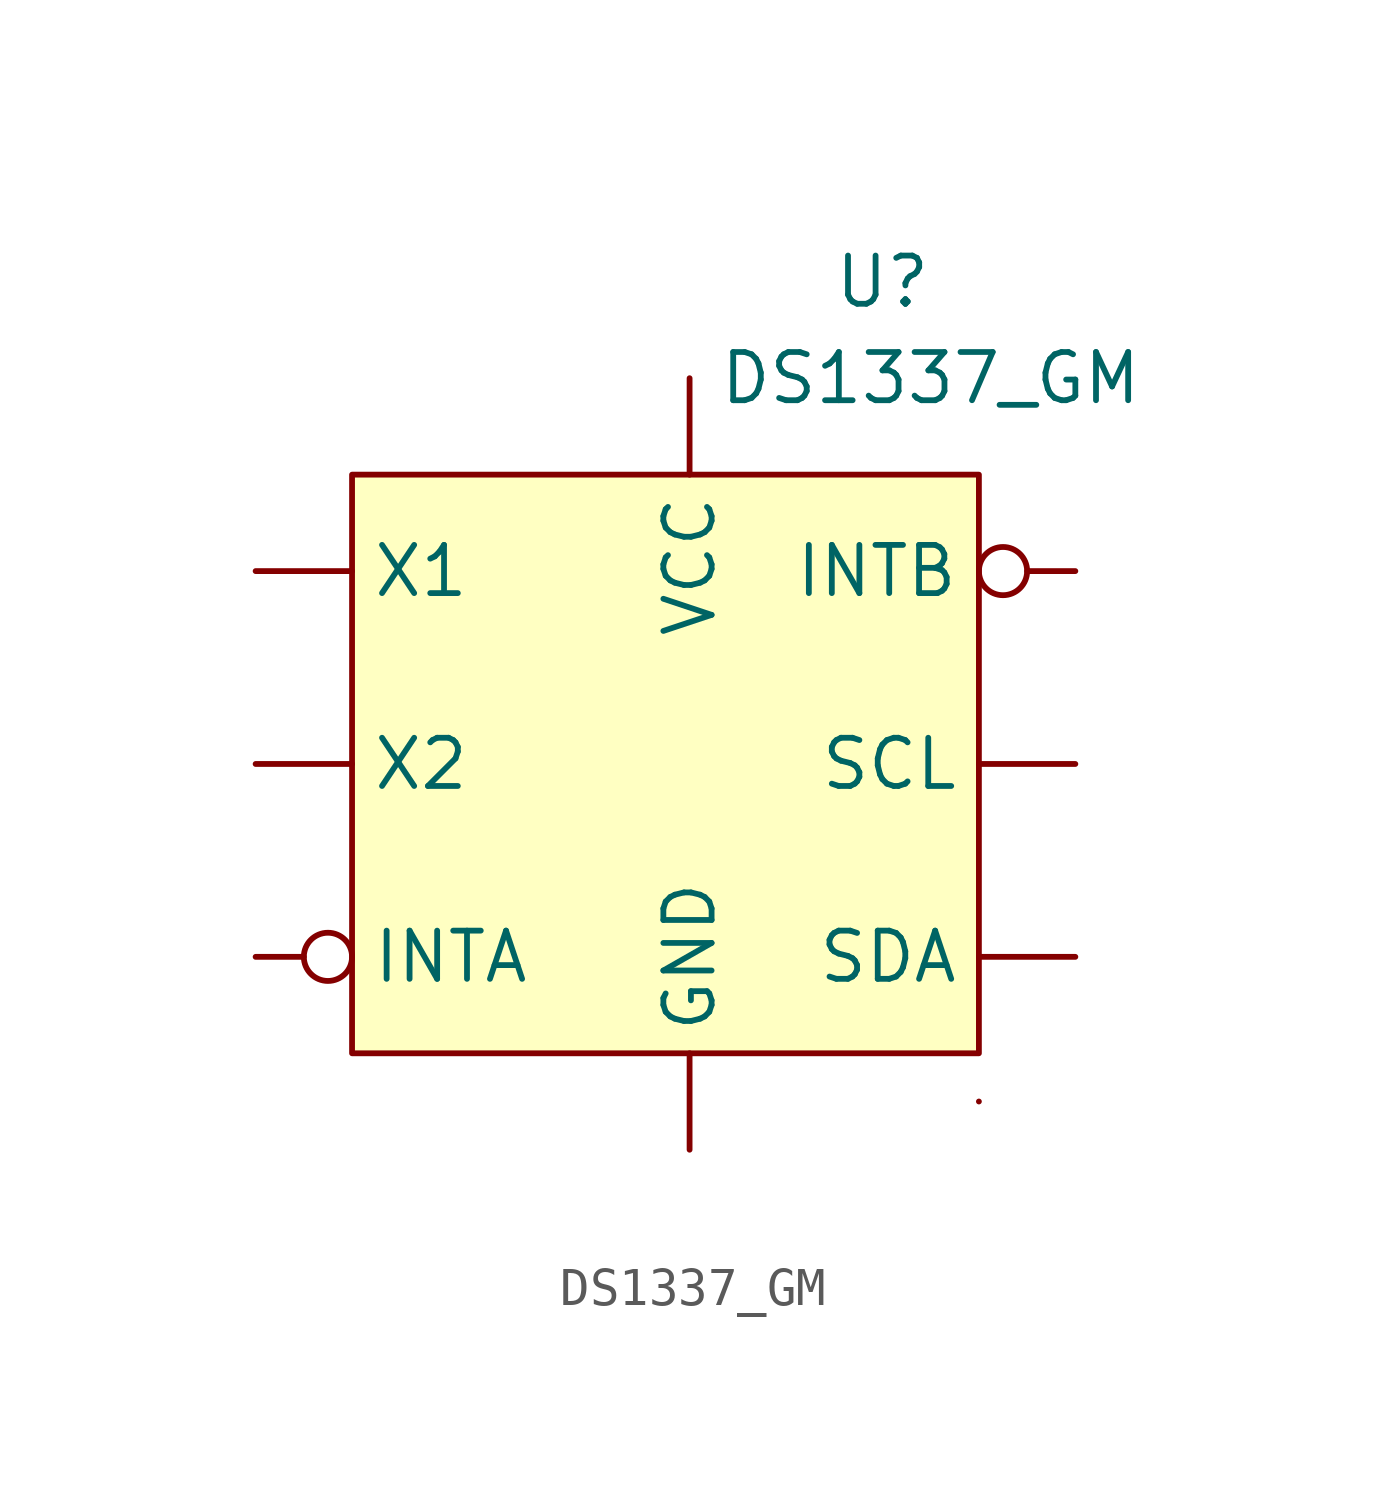
<source format=kicad_sym>
(kicad_symbol_lib
  (version 20211014)
  (generator kicad_symbol_editor)
  (symbol "DS1337_GM"
    (property "Reference" "U"
      (at 5.08 11.43 0)
      (effects (font (size 1.27 1.27))))
    (property "Value" "DS1337_GM"
      (at 6.35 8.89 0)
      (effects (font (size 1.27 1.27))))
    (symbol "DS1337_GM_0_1"
      (rectangle (start -8.89 6.35) (end 7.62 -8.89) (stroke (width 0) (type default) (color 0 0 0 0)) (fill (type background)))
      (rectangle (start 7.62 -10.16) (end 7.62 -10.16) (stroke (width 0) (type default) (color 0 0 0 0)) (fill (type none))))
    (symbol "DS1337_GM_1_1"
      (pin input line (at 0 -11.43 90) (length 2.54) (name "GND" (effects (font (size 1.27 1.27)))) (number "" (effects (font (size 1.27 1.27)))))
      (pin input inverted (at -11.43 -6.35 0) (length 2.54) (name "INTA" (effects (font (size 1.27 1.27)))) (number "" (effects (font (size 1.27 1.27)))))
      (pin input inverted (at 10.16 3.81 180) (length 2.54) (name "INTB" (effects (font (size 1.27 1.27)))) (number "" (effects (font (size 1.27 1.27)))))
      (pin input line (at 10.16 -1.27 180) (length 2.54) (name "SCL" (effects (font (size 1.27 1.27)))) (number "" (effects (font (size 1.27 1.27)))))
      (pin input line (at 10.16 -6.35 180) (length 2.54) (name "SDA" (effects (font (size 1.27 1.27)))) (number "" (effects (font (size 1.27 1.27)))))
      (pin input line (at 0 8.89 270) (length 2.54) (name "VCC" (effects (font (size 1.27 1.27)))) (number "" (effects (font (size 1.27 1.27)))))
      (pin input line (at -11.43 3.81 0) (length 2.54) (name "X1" (effects (font (size 1.27 1.27)))) (number "" (effects (font (size 1.27 1.27)))))
      (pin input line (at -11.43 -1.27 0) (length 2.54) (name "X2" (effects (font (size 1.27 1.27)))) (number "" (effects (font (size 1.27 1.27))))))))
</source>
